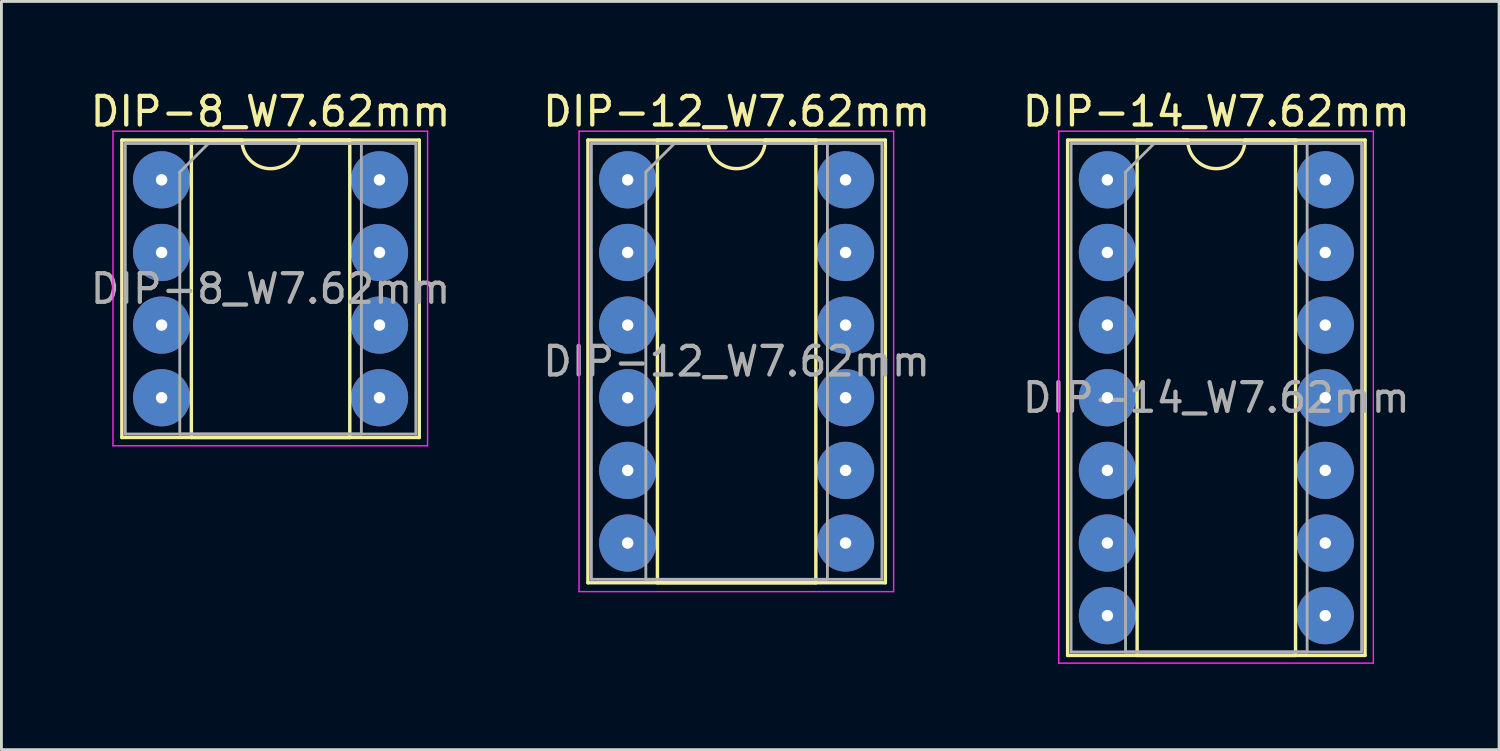
<source format=kicad_pcb>
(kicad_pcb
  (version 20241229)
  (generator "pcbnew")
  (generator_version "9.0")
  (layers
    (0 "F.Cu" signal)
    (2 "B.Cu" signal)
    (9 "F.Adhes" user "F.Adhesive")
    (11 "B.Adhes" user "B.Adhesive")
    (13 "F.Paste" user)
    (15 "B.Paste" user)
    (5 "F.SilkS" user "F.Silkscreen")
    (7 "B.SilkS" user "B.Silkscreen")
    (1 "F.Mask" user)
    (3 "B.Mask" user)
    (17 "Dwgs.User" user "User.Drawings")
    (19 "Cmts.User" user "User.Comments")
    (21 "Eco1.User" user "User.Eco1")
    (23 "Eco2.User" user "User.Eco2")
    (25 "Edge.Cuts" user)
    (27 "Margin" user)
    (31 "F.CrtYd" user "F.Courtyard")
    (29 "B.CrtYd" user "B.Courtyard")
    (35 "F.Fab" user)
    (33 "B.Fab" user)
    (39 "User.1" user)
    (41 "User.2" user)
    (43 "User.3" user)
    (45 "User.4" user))
  (footprint "DIP-12_W7.62mm"
    (layer "F.Cu")
    (at 18.898 3.238)
    (property "Reference" "DIP-12_W7.62mm" (at 3.81 -2.39 0) (layer "F.SilkS") (effects (font (size 1 1) (thickness 0.15))))
    (attr through_hole)
    (fp_line (start -1.39 -1.39) (end -1.39 14.09) (stroke (width 0.12) (type solid)) (layer "F.SilkS"))
    (fp_line (start -1.39 14.09) (end 9.01 14.09) (stroke (width 0.12) (type solid)) (layer "F.SilkS"))
    (fp_line (start 1.04 -1.39) (end 1.04 14.09) (stroke (width 0.12) (type solid)) (layer "F.SilkS"))
    (fp_line (start 1.04 14.09) (end 6.58 14.09) (stroke (width 0.12) (type solid)) (layer "F.SilkS"))
    (fp_line (start 2.81 -1.39) (end 1.04 -1.39) (stroke (width 0.12) (type solid)) (layer "F.SilkS"))
    (fp_line (start 6.58 -1.39) (end 4.81 -1.39) (stroke (width 0.12) (type solid)) (layer "F.SilkS"))
    (fp_line (start 6.58 14.09) (end 6.58 -1.39) (stroke (width 0.12) (type solid)) (layer "F.SilkS"))
    (fp_line (start 9.01 -1.39) (end -1.39 -1.39) (stroke (width 0.12) (type solid)) (layer "F.SilkS"))
    (fp_line (start 9.01 14.09) (end 9.01 -1.39) (stroke (width 0.12) (type solid)) (layer "F.SilkS"))
    (fp_arc (start 4.81 -1.39) (mid 3.81 -0.39) (end 2.81 -1.39) (stroke (width 0.12) (type solid)) (layer "F.SilkS"))
    (fp_line (start -1.7 -1.7) (end -1.7 14.4) (stroke (width 0.05) (type solid)) (layer "F.CrtYd"))
    (fp_line (start -1.7 14.4) (end 9.3 14.4) (stroke (width 0.05) (type solid)) (layer "F.CrtYd"))
    (fp_line (start 9.3 -1.7) (end -1.7 -1.7) (stroke (width 0.05) (type solid)) (layer "F.CrtYd"))
    (fp_line (start 9.3 14.4) (end 9.3 -1.7) (stroke (width 0.05) (type solid)) (layer "F.CrtYd"))
    (fp_line (start -1.27 -1.27) (end -1.27 13.97) (stroke (width 0.1) (type solid)) (layer "F.Fab"))
    (fp_line (start -1.27 13.97) (end 8.89 13.97) (stroke (width 0.1) (type solid)) (layer "F.Fab"))
    (fp_line (start 0.635 -0.27) (end 1.635 -1.27) (stroke (width 0.1) (type solid)) (layer "F.Fab"))
    (fp_line (start 0.635 13.97) (end 0.635 -0.27) (stroke (width 0.1) (type solid)) (layer "F.Fab"))
    (fp_line (start 1.635 -1.27) (end 6.985 -1.27) (stroke (width 0.1) (type solid)) (layer "F.Fab"))
    (fp_line (start 6.985 -1.27) (end 6.985 13.97) (stroke (width 0.1) (type solid)) (layer "F.Fab"))
    (fp_line (start 6.985 13.97) (end 0.635 13.97) (stroke (width 0.1) (type solid)) (layer "F.Fab"))
    (fp_line (start 8.89 -1.27) (end -1.27 -1.27) (stroke (width 0.1) (type solid)) (layer "F.Fab"))
    (fp_line (start 8.89 13.97) (end 8.89 -1.27) (stroke (width 0.1) (type solid)) (layer "F.Fab"))
    (fp_text user "${REFERENCE}" (at 3.81 6.35 0) (layer "F.Fab") (effects (font (size 1 1) (thickness 0.15))))
    (pad "1" thru_hole circle (at 0 0) (size 2 2) (drill 0.4) (layers "*.Cu" "*.Mask"))
    (pad "2" thru_hole circle (at 0 2.54) (size 2 2) (drill 0.4) (layers "*.Cu" "*.Mask"))
    (pad "3" thru_hole circle (at 0 5.08) (size 2 2) (drill 0.4) (layers "*.Cu" "*.Mask"))
    (pad "4" thru_hole circle (at 0 7.62) (size 2 2) (drill 0.4) (layers "*.Cu" "*.Mask"))
    (pad "5" thru_hole circle (at 0 10.16) (size 2 2) (drill 0.4) (layers "*.Cu" "*.Mask"))
    (pad "6" thru_hole circle (at 0 12.7) (size 2 2) (drill 0.4) (layers "*.Cu" "*.Mask"))
    (pad "7" thru_hole circle (at 7.62 12.7) (size 2 2) (drill 0.4) (layers "*.Cu" "*.Mask"))
    (pad "8" thru_hole circle (at 7.62 10.16) (size 2 2) (drill 0.4) (layers "*.Cu" "*.Mask"))
    (pad "9" thru_hole circle (at 7.62 7.62) (size 2 2) (drill 0.4) (layers "*.Cu" "*.Mask"))
    (pad "10" thru_hole circle (at 7.62 5.08) (size 2 2) (drill 0.4) (layers "*.Cu" "*.Mask"))
    (pad "11" thru_hole circle (at 7.62 2.54) (size 2 2) (drill 0.4) (layers "*.Cu" "*.Mask"))
    (pad "12" thru_hole circle (at 7.62 0) (size 2 2) (drill 0.4) (layers "*.Cu" "*.Mask")))
  (footprint "DIP-8_W7.62mm"
    (layer "F.Cu")
    (at 2.601 3.238)
    (property "Reference" "DIP-8_W7.62mm" (at 3.81 -2.39 0) (layer "F.SilkS") (effects (font (size 1 1) (thickness 0.15))))
    (attr through_hole)
    (fp_line (start -1.39 -1.39) (end -1.39 9.01) (stroke (width 0.12) (type solid)) (layer "F.SilkS"))
    (fp_line (start -1.39 9.01) (end 9.01 9.01) (stroke (width 0.12) (type solid)) (layer "F.SilkS"))
    (fp_line (start 1.04 -1.39) (end 1.04 9.01) (stroke (width 0.12) (type solid)) (layer "F.SilkS"))
    (fp_line (start 1.04 9.01) (end 6.58 9.01) (stroke (width 0.12) (type solid)) (layer "F.SilkS"))
    (fp_line (start 2.81 -1.39) (end 1.04 -1.39) (stroke (width 0.12) (type solid)) (layer "F.SilkS"))
    (fp_line (start 6.58 -1.39) (end 4.81 -1.39) (stroke (width 0.12) (type solid)) (layer "F.SilkS"))
    (fp_line (start 6.58 9.01) (end 6.58 -1.39) (stroke (width 0.12) (type solid)) (layer "F.SilkS"))
    (fp_line (start 9.01 -1.39) (end -1.39 -1.39) (stroke (width 0.12) (type solid)) (layer "F.SilkS"))
    (fp_line (start 9.01 9.01) (end 9.01 -1.39) (stroke (width 0.12) (type solid)) (layer "F.SilkS"))
    (fp_arc (start 4.81 -1.39) (mid 3.81 -0.39) (end 2.81 -1.39) (stroke (width 0.12) (type solid)) (layer "F.SilkS"))
    (fp_line (start -1.7 -1.7) (end -1.7 9.3) (stroke (width 0.05) (type solid)) (layer "F.CrtYd"))
    (fp_line (start -1.7 9.3) (end 9.3 9.3) (stroke (width 0.05) (type solid)) (layer "F.CrtYd"))
    (fp_line (start 9.3 -1.7) (end -1.7 -1.7) (stroke (width 0.05) (type solid)) (layer "F.CrtYd"))
    (fp_line (start 9.3 9.3) (end 9.3 -1.7) (stroke (width 0.05) (type solid)) (layer "F.CrtYd"))
    (fp_line (start -1.27 -1.27) (end -1.27 8.89) (stroke (width 0.1) (type solid)) (layer "F.Fab"))
    (fp_line (start -1.27 8.89) (end 8.89 8.89) (stroke (width 0.1) (type solid)) (layer "F.Fab"))
    (fp_line (start 0.635 -0.27) (end 1.635 -1.27) (stroke (width 0.1) (type solid)) (layer "F.Fab"))
    (fp_line (start 0.635 8.89) (end 0.635 -0.27) (stroke (width 0.1) (type solid)) (layer "F.Fab"))
    (fp_line (start 1.635 -1.27) (end 6.985 -1.27) (stroke (width 0.1) (type solid)) (layer "F.Fab"))
    (fp_line (start 6.985 -1.27) (end 6.985 8.89) (stroke (width 0.1) (type solid)) (layer "F.Fab"))
    (fp_line (start 6.985 8.89) (end 0.635 8.89) (stroke (width 0.1) (type solid)) (layer "F.Fab"))
    (fp_line (start 8.89 -1.27) (end -1.27 -1.27) (stroke (width 0.1) (type solid)) (layer "F.Fab"))
    (fp_line (start 8.89 8.89) (end 8.89 -1.27) (stroke (width 0.1) (type solid)) (layer "F.Fab"))
    (fp_text user "${REFERENCE}" (at 3.81 3.81 0) (layer "F.Fab") (effects (font (size 1 1) (thickness 0.15))))
    (pad "1" thru_hole circle (at 0 0) (size 2 2) (drill 0.4) (layers "*.Cu" "*.Mask"))
    (pad "2" thru_hole circle (at 0 2.54) (size 2 2) (drill 0.4) (layers "*.Cu" "*.Mask"))
    (pad "3" thru_hole circle (at 0 5.08) (size 2 2) (drill 0.4) (layers "*.Cu" "*.Mask"))
    (pad "4" thru_hole circle (at 0 7.62) (size 2 2) (drill 0.4) (layers "*.Cu" "*.Mask"))
    (pad "5" thru_hole circle (at 7.62 7.62) (size 2 2) (drill 0.4) (layers "*.Cu" "*.Mask"))
    (pad "6" thru_hole circle (at 7.62 5.08) (size 2 2) (drill 0.4) (layers "*.Cu" "*.Mask"))
    (pad "7" thru_hole circle (at 7.62 2.54) (size 2 2) (drill 0.4) (layers "*.Cu" "*.Mask"))
    (pad "8" thru_hole circle (at 7.62 0) (size 2 2) (drill 0.4) (layers "*.Cu" "*.Mask")))
  (footprint "DIP-14_W7.62mm"
    (layer "F.Cu")
    (at 35.672 3.238)
    (property "Reference" "DIP-14_W7.62mm" (at 3.81 -2.39 0) (layer "F.SilkS") (effects (font (size 1 1) (thickness 0.15))))
    (attr through_hole)
    (fp_line (start -1.39 -1.39) (end -1.39 16.63) (stroke (width 0.12) (type solid)) (layer "F.SilkS"))
    (fp_line (start -1.39 16.63) (end 9.01 16.63) (stroke (width 0.12) (type solid)) (layer "F.SilkS"))
    (fp_line (start 1.04 -1.39) (end 1.04 16.63) (stroke (width 0.12) (type solid)) (layer "F.SilkS"))
    (fp_line (start 1.04 16.63) (end 6.58 16.63) (stroke (width 0.12) (type solid)) (layer "F.SilkS"))
    (fp_line (start 2.81 -1.39) (end 1.04 -1.39) (stroke (width 0.12) (type solid)) (layer "F.SilkS"))
    (fp_line (start 6.58 -1.39) (end 4.81 -1.39) (stroke (width 0.12) (type solid)) (layer "F.SilkS"))
    (fp_line (start 6.58 16.63) (end 6.58 -1.39) (stroke (width 0.12) (type solid)) (layer "F.SilkS"))
    (fp_line (start 9.01 -1.39) (end -1.39 -1.39) (stroke (width 0.12) (type solid)) (layer "F.SilkS"))
    (fp_line (start 9.01 16.63) (end 9.01 -1.39) (stroke (width 0.12) (type solid)) (layer "F.SilkS"))
    (fp_arc (start 4.81 -1.39) (mid 3.81 -0.39) (end 2.81 -1.39) (stroke (width 0.12) (type solid)) (layer "F.SilkS"))
    (fp_line (start -1.7 -1.7) (end -1.7 16.9) (stroke (width 0.05) (type solid)) (layer "F.CrtYd"))
    (fp_line (start -1.7 16.9) (end 9.3 16.9) (stroke (width 0.05) (type solid)) (layer "F.CrtYd"))
    (fp_line (start 9.3 -1.7) (end -1.7 -1.7) (stroke (width 0.05) (type solid)) (layer "F.CrtYd"))
    (fp_line (start 9.3 16.9) (end 9.3 -1.7) (stroke (width 0.05) (type solid)) (layer "F.CrtYd"))
    (fp_line (start -1.27 -1.27) (end -1.27 16.51) (stroke (width 0.1) (type solid)) (layer "F.Fab"))
    (fp_line (start -1.27 16.51) (end 8.89 16.51) (stroke (width 0.1) (type solid)) (layer "F.Fab"))
    (fp_line (start 0.635 -0.27) (end 1.635 -1.27) (stroke (width 0.1) (type solid)) (layer "F.Fab"))
    (fp_line (start 0.635 16.51) (end 0.635 -0.27) (stroke (width 0.1) (type solid)) (layer "F.Fab"))
    (fp_line (start 1.635 -1.27) (end 6.985 -1.27) (stroke (width 0.1) (type solid)) (layer "F.Fab"))
    (fp_line (start 6.985 -1.27) (end 6.985 16.51) (stroke (width 0.1) (type solid)) (layer "F.Fab"))
    (fp_line (start 6.985 16.51) (end 0.635 16.51) (stroke (width 0.1) (type solid)) (layer "F.Fab"))
    (fp_line (start 8.89 -1.27) (end -1.27 -1.27) (stroke (width 0.1) (type solid)) (layer "F.Fab"))
    (fp_line (start 8.89 16.51) (end 8.89 -1.27) (stroke (width 0.1) (type solid)) (layer "F.Fab"))
    (fp_text user "${REFERENCE}" (at 3.81 7.62 0) (layer "F.Fab") (effects (font (size 1 1) (thickness 0.15))))
    (pad "1" thru_hole circle (at 0 0) (size 2 2) (drill 0.4) (layers "*.Cu" "*.Mask"))
    (pad "2" thru_hole circle (at 0 2.54) (size 2 2) (drill 0.4) (layers "*.Cu" "*.Mask"))
    (pad "3" thru_hole circle (at 0 5.08) (size 2 2) (drill 0.4) (layers "*.Cu" "*.Mask"))
    (pad "4" thru_hole circle (at 0 7.62) (size 2 2) (drill 0.4) (layers "*.Cu" "*.Mask"))
    (pad "5" thru_hole circle (at 0 10.16) (size 2 2) (drill 0.4) (layers "*.Cu" "*.Mask"))
    (pad "6" thru_hole circle (at 0 12.7) (size 2 2) (drill 0.4) (layers "*.Cu" "*.Mask"))
    (pad "7" thru_hole circle (at 0 15.24) (size 2 2) (drill 0.4) (layers "*.Cu" "*.Mask"))
    (pad "8" thru_hole circle (at 7.62 15.24) (size 2 2) (drill 0.4) (layers "*.Cu" "*.Mask"))
    (pad "9" thru_hole circle (at 7.62 12.7) (size 2 2) (drill 0.4) (layers "*.Cu" "*.Mask"))
    (pad "10" thru_hole circle (at 7.62 10.16) (size 2 2) (drill 0.4) (layers "*.Cu" "*.Mask"))
    (pad "11" thru_hole circle (at 7.62 7.62) (size 2 2) (drill 0.4) (layers "*.Cu" "*.Mask"))
    (pad "12" thru_hole circle (at 7.62 5.08) (size 2 2) (drill 0.4) (layers "*.Cu" "*.Mask"))
    (pad "13" thru_hole circle (at 7.62 2.54) (size 2 2) (drill 0.4) (layers "*.Cu" "*.Mask"))
    (pad "14" thru_hole circle (at 7.62 0) (size 2 2) (drill 0.4) (layers "*.Cu" "*.Mask")))
  (gr_rect
    (start -3 -3)
    (end 49.369 23.163)
    (stroke (width 0.1) (type default))
    (fill no)
    (layer "Edge.Cuts")))
</source>
